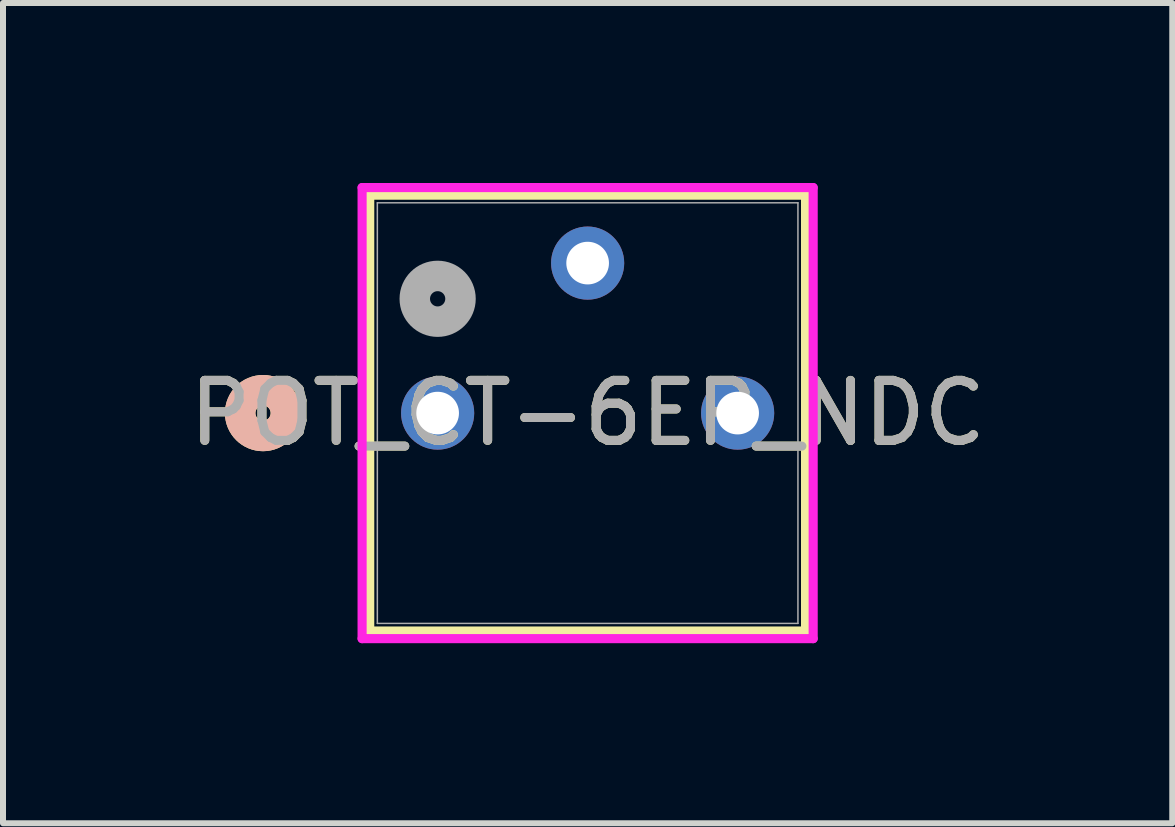
<source format=kicad_pcb>
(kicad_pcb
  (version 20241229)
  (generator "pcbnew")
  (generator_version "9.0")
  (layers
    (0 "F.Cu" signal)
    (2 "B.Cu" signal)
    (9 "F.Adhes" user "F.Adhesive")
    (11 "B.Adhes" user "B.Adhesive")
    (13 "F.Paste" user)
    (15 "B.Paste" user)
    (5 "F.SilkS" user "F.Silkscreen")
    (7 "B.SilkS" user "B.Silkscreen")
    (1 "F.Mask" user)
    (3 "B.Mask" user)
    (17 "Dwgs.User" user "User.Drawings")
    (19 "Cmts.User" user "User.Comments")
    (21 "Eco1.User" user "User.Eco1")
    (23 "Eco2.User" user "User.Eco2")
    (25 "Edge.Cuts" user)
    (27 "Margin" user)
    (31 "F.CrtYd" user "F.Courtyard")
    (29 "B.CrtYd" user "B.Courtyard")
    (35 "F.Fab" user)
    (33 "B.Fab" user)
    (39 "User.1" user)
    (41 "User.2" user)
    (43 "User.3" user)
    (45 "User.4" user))
  (footprint "POT_CT-6EP_NDC"
    (layer "F.Cu")
    (at 4.244 3.835)
    (property "Reference" "POT_CT-6EP_NDC" (at 2.5 0 0) (unlocked yes) (layer "F.SilkS") (effects (font (size 1 1) (thickness 0.15))))
    (attr through_hole)
    (fp_line (start -1.132 -3.632) (end -1.132 3.632) (stroke (width 0.152) (type solid)) (layer "F.SilkS"))
    (fp_line (start -1.132 3.632) (end 6.132 3.632) (stroke (width 0.152) (type solid)) (layer "F.SilkS"))
    (fp_line (start 6.132 -3.632) (end -1.132 -3.632) (stroke (width 0.152) (type solid)) (layer "F.SilkS"))
    (fp_line (start 6.132 3.632) (end 6.132 -3.632) (stroke (width 0.152) (type solid)) (layer "F.SilkS"))
    (fp_circle (center -2.91 0) (end -2.529 0) (stroke (width 0.508) (type solid)) (fill no) (layer "F.SilkS"))
    (fp_circle (center -2.91 0) (end -2.529 0) (stroke (width 0.508) (type solid)) (fill no) (layer "B.SilkS"))
    (fp_line (start -1.259 -3.759) (end -1.259 3.759) (stroke (width 0.152) (type solid)) (layer "F.CrtYd"))
    (fp_line (start -1.259 3.759) (end 6.259 3.759) (stroke (width 0.152) (type solid)) (layer "F.CrtYd"))
    (fp_line (start 6.259 -3.759) (end -1.259 -3.759) (stroke (width 0.152) (type solid)) (layer "F.CrtYd"))
    (fp_line (start 6.259 3.759) (end 6.259 -3.759) (stroke (width 0.152) (type solid)) (layer "F.CrtYd"))
    (fp_line (start -1.005 -3.505) (end -1.005 3.505) (stroke (width 0.025) (type solid)) (layer "F.Fab"))
    (fp_line (start -1.005 3.505) (end 6.005 3.505) (stroke (width 0.025) (type solid)) (layer "F.Fab"))
    (fp_line (start 6.005 -3.505) (end -1.005 -3.505) (stroke (width 0.025) (type solid)) (layer "F.Fab"))
    (fp_line (start 6.005 3.505) (end 6.005 -3.505) (stroke (width 0.025) (type solid)) (layer "F.Fab"))
    (fp_circle (center 0 -1.905) (end 0.381 -1.905) (stroke (width 0.508) (type solid)) (fill no) (layer "F.Fab"))
    (fp_text user "${REFERENCE}" (at 2.5 0 0) (unlocked yes) (layer "F.Fab") (effects (font (size 1 1) (thickness 0.15))))
    (pad "1" thru_hole circle (at 0 0) (size 1.219 1.219) (drill 0.711) (layers "*.Cu" "*.Mask"))
    (pad "2" thru_hole circle (at 2.5 -2.5) (size 1.219 1.219) (drill 0.711) (layers "*.Cu" "*.Mask"))
    (pad "3" thru_hole circle (at 5 0) (size 1.219 1.219) (drill 0.711) (layers "*.Cu" "*.Mask")))
  (gr_rect
    (start -3 -3)
    (end 16.488 10.671)
    (stroke (width 0.1) (type default))
    (fill no)
    (layer "Edge.Cuts")))
</source>
